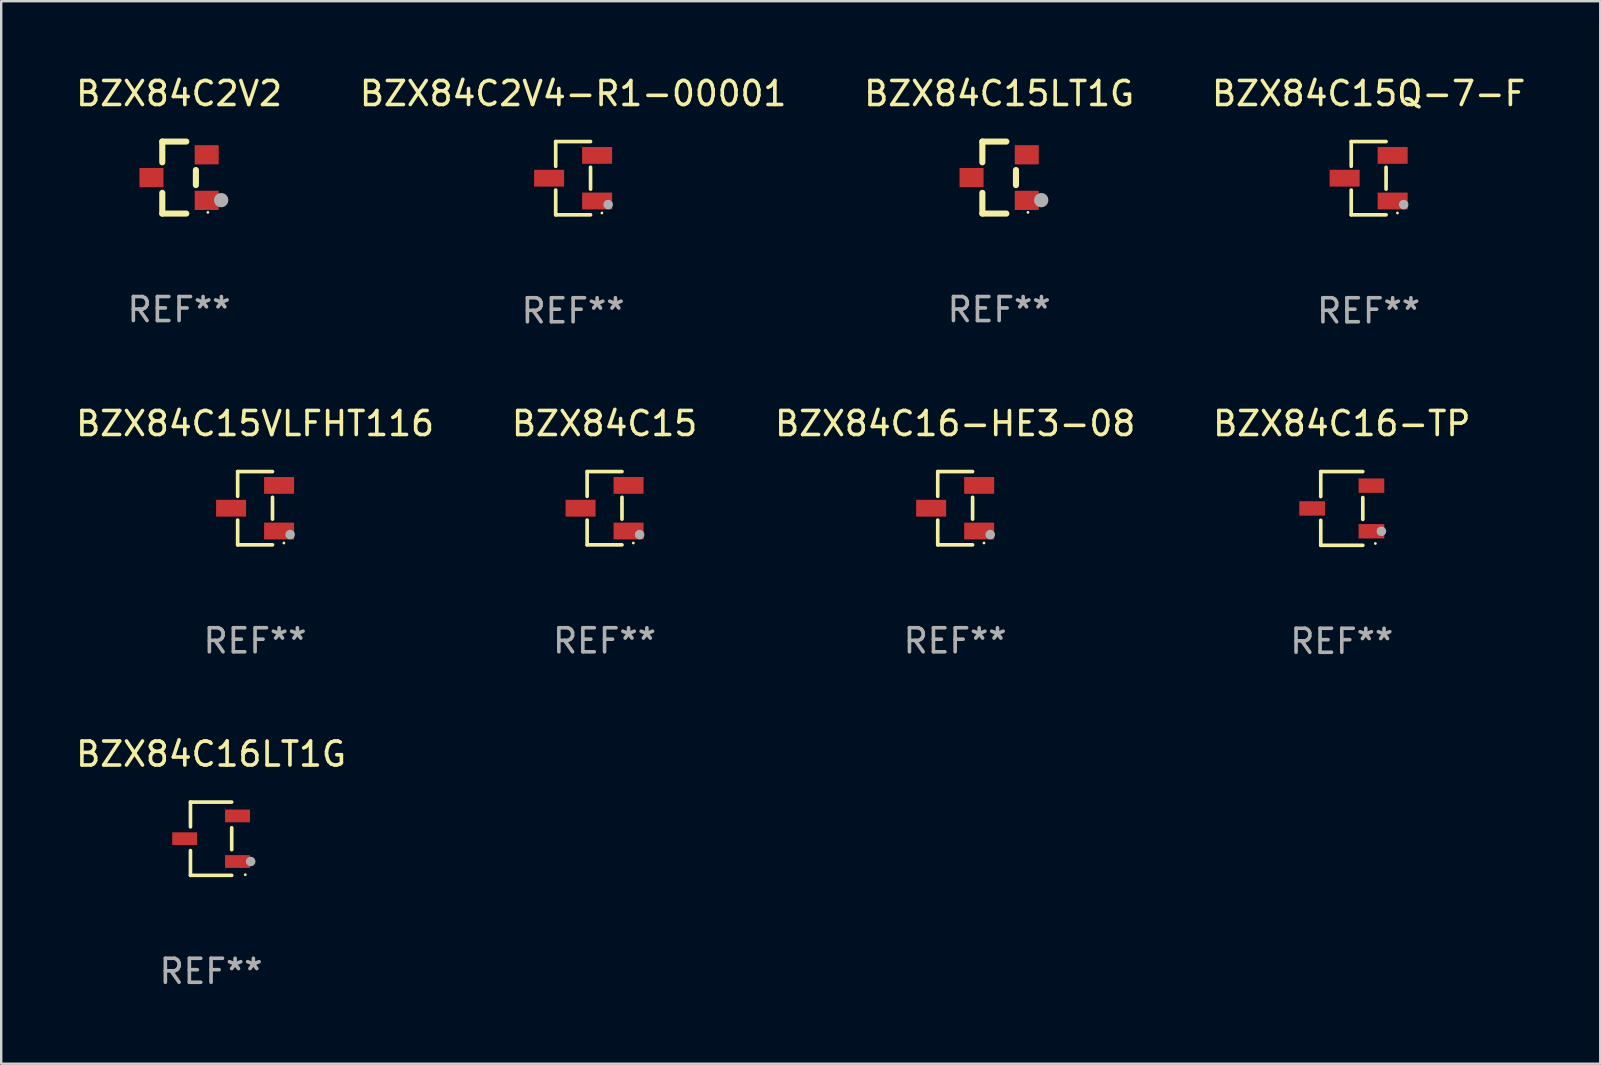
<source format=kicad_pcb>
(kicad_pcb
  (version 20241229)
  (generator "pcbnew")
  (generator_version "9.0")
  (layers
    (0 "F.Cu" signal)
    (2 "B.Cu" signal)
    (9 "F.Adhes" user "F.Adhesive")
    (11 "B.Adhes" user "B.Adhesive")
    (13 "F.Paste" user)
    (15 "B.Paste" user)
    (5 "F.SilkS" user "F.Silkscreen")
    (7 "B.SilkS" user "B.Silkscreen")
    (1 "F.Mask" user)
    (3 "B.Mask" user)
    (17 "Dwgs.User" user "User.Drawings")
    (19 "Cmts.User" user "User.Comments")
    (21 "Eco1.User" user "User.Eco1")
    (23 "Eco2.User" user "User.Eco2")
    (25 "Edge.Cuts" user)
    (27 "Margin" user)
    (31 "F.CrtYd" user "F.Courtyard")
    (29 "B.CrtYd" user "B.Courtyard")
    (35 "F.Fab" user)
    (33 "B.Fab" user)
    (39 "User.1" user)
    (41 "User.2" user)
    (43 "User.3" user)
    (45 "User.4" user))
  (footprint "BZX84C15Q-7-F"
    (layer "F.Cu")
    (at 53.97 4.374)
    (property "Reference" "BZX84C15Q-7-F" (at 0 -3.526 0) (layer "F.SilkS") (effects (font (size 1 1) (thickness 0.15))))
    (attr through_hole)
    (fp_line (start -0.726 -1.526) (end -0.726 -0.495) (stroke (width 0.152) (type solid)) (layer "F.SilkS"))
    (fp_line (start -0.726 1.526) (end -0.726 0.495) (stroke (width 0.152) (type solid)) (layer "F.SilkS"))
    (fp_line (start 0.726 -1.526) (end -0.726 -1.526) (stroke (width 0.152) (type solid)) (layer "F.SilkS"))
    (fp_line (start 0.726 -0.455) (end 0.726 0.455) (stroke (width 0.152) (type solid)) (layer "F.SilkS"))
    (fp_line (start 0.726 1.526) (end -0.726 1.526) (stroke (width 0.152) (type solid)) (layer "F.SilkS"))
    (fp_circle (center 1.2 1.45) (end 1.23 1.45) (stroke (width 0.06) (type solid)) (fill no) (layer "F.SilkS"))
    (fp_circle (center 1.46 1.1) (end 1.56 1.1) (stroke (width 0.2) (type solid)) (fill no) (layer "F.Fab"))
    (fp_text user "REF**" (at 0 5.526 0) (layer "F.Fab") (effects (font (size 1 1) (thickness 0.15))))
    (pad "1" smd rect (at 1 0.95) (size 1.25 0.7) (layers "F.Cu" "F.Mask" "F.Paste"))
    (pad "2" smd rect (at 1 -0.95) (size 1.25 0.7) (layers "F.Cu" "F.Mask" "F.Paste"))
    (pad "3" smd rect (at -1 0) (size 1.25 0.7) (layers "F.Cu" "F.Mask" "F.Paste")))
  (footprint "BZX84C2V2"
    (layer "F.Cu")
    (at 4.411 4.348)
    (property "Reference" "BZX84C2V2" (at 0 -3.5 0) (layer "F.SilkS") (effects (font (size 1 1) (thickness 0.15))))
    (attr through_hole)
    (fp_line (start -0.7 -1.5) (end 0.3 -1.5) (stroke (width 0.254) (type solid)) (layer "F.SilkS"))
    (fp_line (start -0.7 -0.636) (end -0.7 -1.5) (stroke (width 0.254) (type solid)) (layer "F.SilkS"))
    (fp_line (start -0.7 1.5) (end -0.7 0.636) (stroke (width 0.254) (type solid)) (layer "F.SilkS"))
    (fp_line (start -0.7 1.5) (end 0.3 1.5) (stroke (width 0.254) (type solid)) (layer "F.SilkS"))
    (fp_line (start 0.7 0.314) (end 0.7 -0.314) (stroke (width 0.254) (type solid)) (layer "F.SilkS"))
    (fp_circle (center 1.2 1.45) (end 1.23 1.45) (stroke (width 0.06) (type solid)) (fill no) (layer "F.SilkS"))
    (fp_circle (center 1.753 0.94) (end 1.903 0.94) (stroke (width 0.3) (type solid)) (fill no) (layer "F.Fab"))
    (fp_text user "REF**" (at 0 5.5 0) (layer "F.Fab") (effects (font (size 1 1) (thickness 0.15))))
    (pad "1" smd rect (at 1.15 0.95 180) (size 1 0.8) (layers "F.Cu" "F.Mask" "F.Paste"))
    (pad "2" smd rect (at 1.15 -0.95 180) (size 1 0.8) (layers "F.Cu" "F.Mask" "F.Paste"))
    (pad "3" smd rect (at -1.15 -0.000051 180) (size 1 0.8) (layers "F.Cu" "F.Mask" "F.Paste")))
  (footprint "BZX84C15VLFHT116"
    (layer "F.Cu")
    (at 7.577 18.123)
    (property "Reference" "BZX84C15VLFHT116" (at 0 -3.526 0) (layer "F.SilkS") (effects (font (size 1 1) (thickness 0.15))))
    (attr through_hole)
    (fp_line (start -0.726 -1.526) (end -0.726 -0.495) (stroke (width 0.152) (type solid)) (layer "F.SilkS"))
    (fp_line (start -0.726 1.526) (end -0.726 0.495) (stroke (width 0.152) (type solid)) (layer "F.SilkS"))
    (fp_line (start 0.726 -1.526) (end -0.726 -1.526) (stroke (width 0.152) (type solid)) (layer "F.SilkS"))
    (fp_line (start 0.726 -0.455) (end 0.726 0.455) (stroke (width 0.152) (type solid)) (layer "F.SilkS"))
    (fp_line (start 0.726 1.526) (end -0.726 1.526) (stroke (width 0.152) (type solid)) (layer "F.SilkS"))
    (fp_circle (center 1.2 1.45) (end 1.23 1.45) (stroke (width 0.06) (type solid)) (fill no) (layer "F.SilkS"))
    (fp_circle (center 1.46 1.1) (end 1.56 1.1) (stroke (width 0.2) (type solid)) (fill no) (layer "F.Fab"))
    (fp_text user "REF**" (at 0 5.526 0) (layer "F.Fab") (effects (font (size 1 1) (thickness 0.15))))
    (pad "1" smd rect (at 1 0.95) (size 1.25 0.7) (layers "F.Cu" "F.Mask" "F.Paste"))
    (pad "2" smd rect (at 1 -0.95) (size 1.25 0.7) (layers "F.Cu" "F.Mask" "F.Paste"))
    (pad "3" smd rect (at -1 0) (size 1.25 0.7) (layers "F.Cu" "F.Mask" "F.Paste")))
  (footprint "BZX84C16-HE3-08"
    (layer "F.Cu")
    (at 36.744 18.123)
    (property "Reference" "BZX84C16-HE3-08" (at 0 -3.526 0) (layer "F.SilkS") (effects (font (size 1 1) (thickness 0.15))))
    (attr through_hole)
    (fp_line (start -0.726 -1.526) (end -0.726 -0.495) (stroke (width 0.152) (type solid)) (layer "F.SilkS"))
    (fp_line (start -0.726 1.526) (end -0.726 0.495) (stroke (width 0.152) (type solid)) (layer "F.SilkS"))
    (fp_line (start 0.726 -1.526) (end -0.726 -1.526) (stroke (width 0.152) (type solid)) (layer "F.SilkS"))
    (fp_line (start 0.726 -0.455) (end 0.726 0.455) (stroke (width 0.152) (type solid)) (layer "F.SilkS"))
    (fp_line (start 0.726 1.526) (end -0.726 1.526) (stroke (width 0.152) (type solid)) (layer "F.SilkS"))
    (fp_circle (center 1.2 1.45) (end 1.23 1.45) (stroke (width 0.06) (type solid)) (fill no) (layer "F.SilkS"))
    (fp_circle (center 1.46 1.1) (end 1.56 1.1) (stroke (width 0.2) (type solid)) (fill no) (layer "F.Fab"))
    (fp_text user "REF**" (at 0 5.526 0) (layer "F.Fab") (effects (font (size 1 1) (thickness 0.15))))
    (pad "1" smd rect (at 1 0.95) (size 1.25 0.7) (layers "F.Cu" "F.Mask" "F.Paste"))
    (pad "2" smd rect (at 1 -0.95) (size 1.25 0.7) (layers "F.Cu" "F.Mask" "F.Paste"))
    (pad "3" smd rect (at -1 0) (size 1.25 0.7) (layers "F.Cu" "F.Mask" "F.Paste")))
  (footprint "BZX84C16-TP"
    (layer "F.Cu")
    (at 52.851 18.133)
    (property "Reference" "BZX84C16-TP" (at 0 -3.536 0) (layer "F.SilkS") (effects (font (size 1 1) (thickness 0.15))))
    (attr through_hole)
    (fp_line (start -0.876 -1.536) (end -0.876 -0.495) (stroke (width 0.152) (type solid)) (layer "F.SilkS"))
    (fp_line (start -0.876 1.536) (end -0.876 0.495) (stroke (width 0.152) (type solid)) (layer "F.SilkS"))
    (fp_line (start 0.876 -1.536) (end -0.876 -1.536) (stroke (width 0.152) (type solid)) (layer "F.SilkS"))
    (fp_line (start 0.876 -0.455) (end 0.876 0.455) (stroke (width 0.152) (type solid)) (layer "F.SilkS"))
    (fp_line (start 0.876 1.536) (end -0.876 1.536) (stroke (width 0.152) (type solid)) (layer "F.SilkS"))
    (fp_circle (center 1.4 1.46) (end 1.43 1.46) (stroke (width 0.06) (type solid)) (fill no) (layer "F.SilkS"))
    (fp_circle (center 1.651 0.95) (end 1.751 0.95) (stroke (width 0.2) (type solid)) (fill no) (layer "F.Fab"))
    (fp_text user "REF**" (at 0 5.536 0) (layer "F.Fab") (effects (font (size 1 1) (thickness 0.15))))
    (pad "1" smd rect (at 1.235 0.95) (size 1.07 0.6) (layers "F.Cu" "F.Mask" "F.Paste"))
    (pad "2" smd rect (at 1.235 -0.95) (size 1.07 0.6) (layers "F.Cu" "F.Mask" "F.Paste"))
    (pad "3" smd rect (at -1.235 0) (size 1.07 0.6) (layers "F.Cu" "F.Mask" "F.Paste")))
  (footprint "BZX84C15"
    (layer "F.Cu")
    (at 22.137 18.123)
    (property "Reference" "BZX84C15" (at 0 -3.526 0) (layer "F.SilkS") (effects (font (size 1 1) (thickness 0.15))))
    (attr through_hole)
    (fp_line (start -0.726 -1.526) (end -0.726 -0.495) (stroke (width 0.152) (type solid)) (layer "F.SilkS"))
    (fp_line (start -0.726 1.526) (end -0.726 0.495) (stroke (width 0.152) (type solid)) (layer "F.SilkS"))
    (fp_line (start 0.726 -1.526) (end -0.726 -1.526) (stroke (width 0.152) (type solid)) (layer "F.SilkS"))
    (fp_line (start 0.726 -0.455) (end 0.726 0.455) (stroke (width 0.152) (type solid)) (layer "F.SilkS"))
    (fp_line (start 0.726 1.526) (end -0.726 1.526) (stroke (width 0.152) (type solid)) (layer "F.SilkS"))
    (fp_circle (center 1.2 1.45) (end 1.23 1.45) (stroke (width 0.06) (type solid)) (fill no) (layer "F.SilkS"))
    (fp_circle (center 1.46 1.1) (end 1.56 1.1) (stroke (width 0.2) (type solid)) (fill no) (layer "F.Fab"))
    (fp_text user "REF**" (at 0 5.526 0) (layer "F.Fab") (effects (font (size 1 1) (thickness 0.15))))
    (pad "1" smd rect (at 1 0.95) (size 1.25 0.7) (layers "F.Cu" "F.Mask" "F.Paste"))
    (pad "2" smd rect (at 1 -0.95) (size 1.25 0.7) (layers "F.Cu" "F.Mask" "F.Paste"))
    (pad "3" smd rect (at -1 0) (size 1.25 0.7) (layers "F.Cu" "F.Mask" "F.Paste")))
  (footprint "BZX84C15LT1G"
    (layer "F.Cu")
    (at 38.577 4.348)
    (property "Reference" "BZX84C15LT1G" (at 0 -3.5 0) (layer "F.SilkS") (effects (font (size 1 1) (thickness 0.15))))
    (attr through_hole)
    (fp_line (start -0.7 -1.5) (end 0.3 -1.5) (stroke (width 0.254) (type solid)) (layer "F.SilkS"))
    (fp_line (start -0.7 -0.636) (end -0.7 -1.5) (stroke (width 0.254) (type solid)) (layer "F.SilkS"))
    (fp_line (start -0.7 1.5) (end -0.7 0.636) (stroke (width 0.254) (type solid)) (layer "F.SilkS"))
    (fp_line (start -0.7 1.5) (end 0.3 1.5) (stroke (width 0.254) (type solid)) (layer "F.SilkS"))
    (fp_line (start 0.7 0.314) (end 0.7 -0.314) (stroke (width 0.254) (type solid)) (layer "F.SilkS"))
    (fp_circle (center 1.2 1.45) (end 1.23 1.45) (stroke (width 0.06) (type solid)) (fill no) (layer "F.SilkS"))
    (fp_circle (center 1.753 0.94) (end 1.903 0.94) (stroke (width 0.3) (type solid)) (fill no) (layer "F.Fab"))
    (fp_text user "REF**" (at 0 5.5 0) (layer "F.Fab") (effects (font (size 1 1) (thickness 0.15))))
    (pad "1" smd rect (at 1.15 0.95 180) (size 1 0.8) (layers "F.Cu" "F.Mask" "F.Paste"))
    (pad "2" smd rect (at 1.15 -0.95 180) (size 1 0.8) (layers "F.Cu" "F.Mask" "F.Paste"))
    (pad "3" smd rect (at -1.15 -0.000051 180) (size 1 0.8) (layers "F.Cu" "F.Mask" "F.Paste")))
  (footprint "BZX84C16LT1G"
    (layer "F.Cu")
    (at 5.744 31.892)
    (property "Reference" "BZX84C16LT1G" (at 0 -3.526 0) (layer "F.SilkS") (effects (font (size 1 1) (thickness 0.15))))
    (attr through_hole)
    (fp_line (start -0.859 -1.526) (end -0.859 -0.495) (stroke (width 0.152) (type solid)) (layer "F.SilkS"))
    (fp_line (start -0.859 1.526) (end -0.859 0.495) (stroke (width 0.152) (type solid)) (layer "F.SilkS"))
    (fp_line (start 0.859 -1.526) (end -0.859 -1.526) (stroke (width 0.152) (type solid)) (layer "F.SilkS"))
    (fp_line (start 0.859 -0.455) (end 0.859 0.455) (stroke (width 0.152) (type solid)) (layer "F.SilkS"))
    (fp_line (start 0.859 1.526) (end -0.859 1.526) (stroke (width 0.152) (type solid)) (layer "F.SilkS"))
    (fp_circle (center 1.425 1.5) (end 1.455 1.5) (stroke (width 0.06) (type solid)) (fill no) (layer "F.SilkS"))
    (fp_circle (center 1.65 0.95) (end 1.75 0.95) (stroke (width 0.2) (type solid)) (fill no) (layer "F.Fab"))
    (fp_text user "REF**" (at 0 5.526 0) (layer "F.Fab") (effects (font (size 1 1) (thickness 0.15))))
    (pad "1" smd rect (at 1.101 0.95) (size 1.037 0.532) (layers "F.Cu" "F.Mask" "F.Paste"))
    (pad "2" smd rect (at 1.101 -0.95) (size 1.037 0.532) (layers "F.Cu" "F.Mask" "F.Paste"))
    (pad "3" smd rect (at -1.101 0) (size 1.037 0.532) (layers "F.Cu" "F.Mask" "F.Paste")))
  (footprint "BZX84C2V4-R1-00001"
    (layer "F.Cu")
    (at 20.827 4.374)
    (property "Reference" "BZX84C2V4-R1-00001" (at 0 -3.526 0) (layer "F.SilkS") (effects (font (size 1 1) (thickness 0.15))))
    (attr through_hole)
    (fp_line (start -0.726 -1.526) (end -0.726 -0.495) (stroke (width 0.152) (type solid)) (layer "F.SilkS"))
    (fp_line (start -0.726 1.526) (end -0.726 0.495) (stroke (width 0.152) (type solid)) (layer "F.SilkS"))
    (fp_line (start 0.726 -1.526) (end -0.726 -1.526) (stroke (width 0.152) (type solid)) (layer "F.SilkS"))
    (fp_line (start 0.726 -0.455) (end 0.726 0.455) (stroke (width 0.152) (type solid)) (layer "F.SilkS"))
    (fp_line (start 0.726 1.526) (end -0.726 1.526) (stroke (width 0.152) (type solid)) (layer "F.SilkS"))
    (fp_circle (center 1.2 1.45) (end 1.23 1.45) (stroke (width 0.06) (type solid)) (fill no) (layer "F.SilkS"))
    (fp_circle (center 1.46 1.1) (end 1.56 1.1) (stroke (width 0.2) (type solid)) (fill no) (layer "F.Fab"))
    (fp_text user "REF**" (at 0 5.526 0) (layer "F.Fab") (effects (font (size 1 1) (thickness 0.15))))
    (pad "1" smd rect (at 1 0.95) (size 1.25 0.7) (layers "F.Cu" "F.Mask" "F.Paste"))
    (pad "2" smd rect (at 1 -0.95) (size 1.25 0.7) (layers "F.Cu" "F.Mask" "F.Paste"))
    (pad "3" smd rect (at -1 0) (size 1.25 0.7) (layers "F.Cu" "F.Mask" "F.Paste")))
  (gr_rect
    (start -3 -3)
    (end 63.619 41.267)
    (stroke (width 0.1) (type default))
    (fill no)
    (layer "Edge.Cuts")))
</source>
